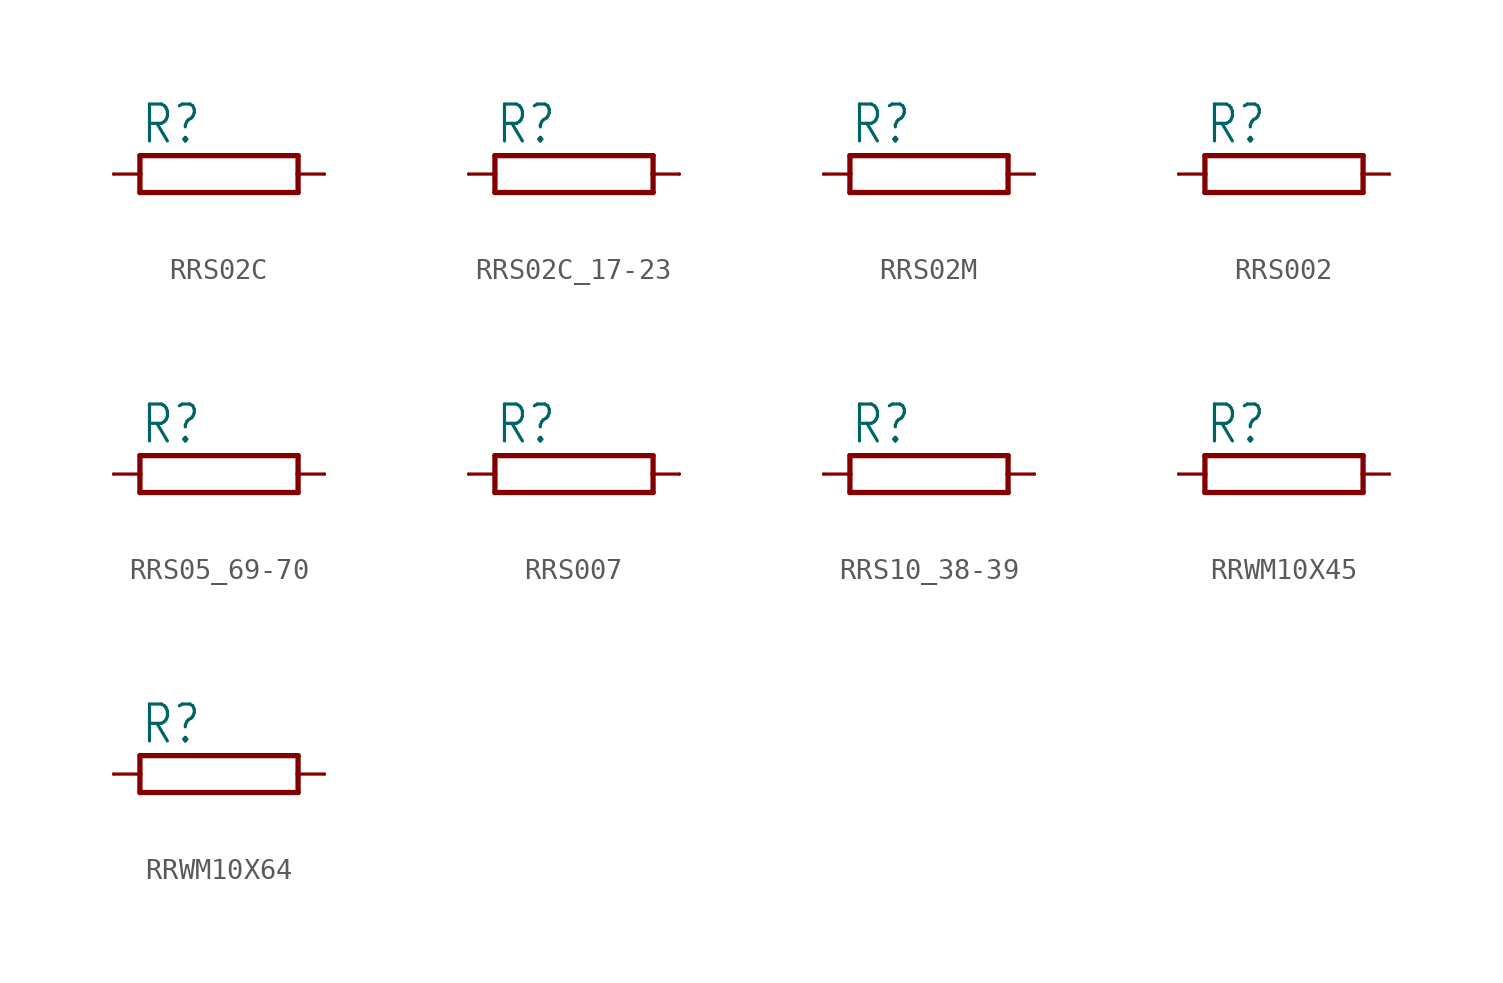
<source format=kicad_sym>
(kicad_symbol_lib
  (version 20220914)
  (generator kicad_symbol_editor)
  (symbol "RRS02C"
    (property "Reference" "R"
      (at -3.81 1.372 0)
      (effects (font (size 1.778 1.511)) (justify left bottom)))
    (property "Value" ""
      (at -3.81 -2.921 0)
      (effects (font (size 1.778 1.511)) (justify left bottom)))
    (property "ki_locked" ""
      (at 0 0 0)
      (effects (font (size 1.27 1.27))))
    (symbol "RRS02C_1_0"
      (polyline (pts (xy -5.08 0) (xy -3.81 0)) (stroke (width 0.152) (type solid)) (fill (type none)))
      (polyline (pts (xy -3.81 -0.889) (xy -3.81 0)) (stroke (width 0.254) (type solid)) (fill (type none)))
      (polyline (pts (xy -3.81 -0.889) (xy 3.81 -0.889)) (stroke (width 0.254) (type solid)) (fill (type none)))
      (polyline (pts (xy -3.81 0) (xy -3.81 0.889)) (stroke (width 0.254) (type solid)) (fill (type none)))
      (polyline (pts (xy 3.81 -0.889) (xy 3.81 0)) (stroke (width 0.254) (type solid)) (fill (type none)))
      (polyline (pts (xy 3.81 0) (xy 3.81 0.889)) (stroke (width 0.254) (type solid)) (fill (type none)))
      (polyline (pts (xy 3.81 0) (xy 5.08 0)) (stroke (width 0.152) (type solid)) (fill (type none)))
      (polyline (pts (xy 3.81 0.889) (xy -3.81 0.889)) (stroke (width 0.254) (type solid)) (fill (type none)))
      (pin passive line (at -5.08 0 0) (length 0) (name "1" (effects (font (size 0 0)))) (number "1" (effects (font (size 0 0)))))
      (pin passive line (at 5.08 0 180) (length 0) (name "2" (effects (font (size 0 0)))) (number "2" (effects (font (size 0 0)))))))
  (symbol "RRS02C_17-23"
    (property "Reference" "R"
      (at -3.81 1.372 0)
      (effects (font (size 1.778 1.511)) (justify left bottom)))
    (property "Value" ""
      (at -3.81 -2.921 0)
      (effects (font (size 1.778 1.511)) (justify left bottom)))
    (property "ki_locked" ""
      (at 0 0 0)
      (effects (font (size 1.27 1.27))))
    (symbol "RRS02C_17-23_1_0"
      (polyline (pts (xy -5.08 0) (xy -3.81 0)) (stroke (width 0.152) (type solid)) (fill (type none)))
      (polyline (pts (xy -3.81 -0.889) (xy -3.81 0)) (stroke (width 0.254) (type solid)) (fill (type none)))
      (polyline (pts (xy -3.81 -0.889) (xy 3.81 -0.889)) (stroke (width 0.254) (type solid)) (fill (type none)))
      (polyline (pts (xy -3.81 0) (xy -3.81 0.889)) (stroke (width 0.254) (type solid)) (fill (type none)))
      (polyline (pts (xy 3.81 -0.889) (xy 3.81 0)) (stroke (width 0.254) (type solid)) (fill (type none)))
      (polyline (pts (xy 3.81 0) (xy 3.81 0.889)) (stroke (width 0.254) (type solid)) (fill (type none)))
      (polyline (pts (xy 3.81 0) (xy 5.08 0)) (stroke (width 0.152) (type solid)) (fill (type none)))
      (polyline (pts (xy 3.81 0.889) (xy -3.81 0.889)) (stroke (width 0.254) (type solid)) (fill (type none)))
      (pin passive line (at -5.08 0 0) (length 0) (name "1" (effects (font (size 0 0)))) (number "1" (effects (font (size 0 0)))))
      (pin passive line (at 5.08 0 180) (length 0) (name "2" (effects (font (size 0 0)))) (number "2" (effects (font (size 0 0)))))))
  (symbol "RRS02M"
    (property "Reference" "R"
      (at -3.81 1.372 0)
      (effects (font (size 1.778 1.511)) (justify left bottom)))
    (property "Value" ""
      (at -3.81 -2.921 0)
      (effects (font (size 1.778 1.511)) (justify left bottom)))
    (property "ki_locked" ""
      (at 0 0 0)
      (effects (font (size 1.27 1.27))))
    (symbol "RRS02M_1_0"
      (polyline (pts (xy -5.08 0) (xy -3.81 0)) (stroke (width 0.152) (type solid)) (fill (type none)))
      (polyline (pts (xy -3.81 -0.889) (xy -3.81 0)) (stroke (width 0.254) (type solid)) (fill (type none)))
      (polyline (pts (xy -3.81 -0.889) (xy 3.81 -0.889)) (stroke (width 0.254) (type solid)) (fill (type none)))
      (polyline (pts (xy -3.81 0) (xy -3.81 0.889)) (stroke (width 0.254) (type solid)) (fill (type none)))
      (polyline (pts (xy 3.81 -0.889) (xy 3.81 0)) (stroke (width 0.254) (type solid)) (fill (type none)))
      (polyline (pts (xy 3.81 0) (xy 3.81 0.889)) (stroke (width 0.254) (type solid)) (fill (type none)))
      (polyline (pts (xy 3.81 0) (xy 5.08 0)) (stroke (width 0.152) (type solid)) (fill (type none)))
      (polyline (pts (xy 3.81 0.889) (xy -3.81 0.889)) (stroke (width 0.254) (type solid)) (fill (type none)))
      (pin passive line (at -5.08 0 0) (length 0) (name "1" (effects (font (size 0 0)))) (number "1" (effects (font (size 0 0)))))
      (pin passive line (at 5.08 0 180) (length 0) (name "2" (effects (font (size 0 0)))) (number "2" (effects (font (size 0 0)))))))
  (symbol "RRS002"
    (property "Reference" "R"
      (at -3.81 1.372 0)
      (effects (font (size 1.778 1.511)) (justify left bottom)))
    (property "Value" ""
      (at -3.81 -2.921 0)
      (effects (font (size 1.778 1.511)) (justify left bottom)))
    (property "ki_locked" ""
      (at 0 0 0)
      (effects (font (size 1.27 1.27))))
    (symbol "RRS002_1_0"
      (polyline (pts (xy -5.08 0) (xy -3.81 0)) (stroke (width 0.152) (type solid)) (fill (type none)))
      (polyline (pts (xy -3.81 -0.889) (xy -3.81 0)) (stroke (width 0.254) (type solid)) (fill (type none)))
      (polyline (pts (xy -3.81 -0.889) (xy 3.81 -0.889)) (stroke (width 0.254) (type solid)) (fill (type none)))
      (polyline (pts (xy -3.81 0) (xy -3.81 0.889)) (stroke (width 0.254) (type solid)) (fill (type none)))
      (polyline (pts (xy 3.81 -0.889) (xy 3.81 0)) (stroke (width 0.254) (type solid)) (fill (type none)))
      (polyline (pts (xy 3.81 0) (xy 3.81 0.889)) (stroke (width 0.254) (type solid)) (fill (type none)))
      (polyline (pts (xy 3.81 0) (xy 5.08 0)) (stroke (width 0.152) (type solid)) (fill (type none)))
      (polyline (pts (xy 3.81 0.889) (xy -3.81 0.889)) (stroke (width 0.254) (type solid)) (fill (type none)))
      (pin passive line (at -5.08 0 0) (length 0) (name "1" (effects (font (size 0 0)))) (number "1" (effects (font (size 0 0)))))
      (pin passive line (at 5.08 0 180) (length 0) (name "2" (effects (font (size 0 0)))) (number "2" (effects (font (size 0 0)))))))
  (symbol "RRS05_69-70"
    (property "Reference" "R"
      (at -3.81 1.372 0)
      (effects (font (size 1.778 1.511)) (justify left bottom)))
    (property "Value" ""
      (at -3.81 -2.921 0)
      (effects (font (size 1.778 1.511)) (justify left bottom)))
    (property "ki_locked" ""
      (at 0 0 0)
      (effects (font (size 1.27 1.27))))
    (symbol "RRS05_69-70_1_0"
      (polyline (pts (xy -5.08 0) (xy -3.81 0)) (stroke (width 0.152) (type solid)) (fill (type none)))
      (polyline (pts (xy -3.81 -0.889) (xy -3.81 0)) (stroke (width 0.254) (type solid)) (fill (type none)))
      (polyline (pts (xy -3.81 -0.889) (xy 3.81 -0.889)) (stroke (width 0.254) (type solid)) (fill (type none)))
      (polyline (pts (xy -3.81 0) (xy -3.81 0.889)) (stroke (width 0.254) (type solid)) (fill (type none)))
      (polyline (pts (xy 3.81 -0.889) (xy 3.81 0)) (stroke (width 0.254) (type solid)) (fill (type none)))
      (polyline (pts (xy 3.81 0) (xy 3.81 0.889)) (stroke (width 0.254) (type solid)) (fill (type none)))
      (polyline (pts (xy 3.81 0) (xy 5.08 0)) (stroke (width 0.152) (type solid)) (fill (type none)))
      (polyline (pts (xy 3.81 0.889) (xy -3.81 0.889)) (stroke (width 0.254) (type solid)) (fill (type none)))
      (pin passive line (at -5.08 0 0) (length 0) (name "1" (effects (font (size 0 0)))) (number "1" (effects (font (size 0 0)))))
      (pin passive line (at 5.08 0 180) (length 0) (name "2" (effects (font (size 0 0)))) (number "2" (effects (font (size 0 0)))))))
  (symbol "RRS007"
    (property "Reference" "R"
      (at -3.81 1.372 0)
      (effects (font (size 1.778 1.511)) (justify left bottom)))
    (property "Value" ""
      (at -3.81 -2.921 0)
      (effects (font (size 1.778 1.511)) (justify left bottom)))
    (property "ki_locked" ""
      (at 0 0 0)
      (effects (font (size 1.27 1.27))))
    (symbol "RRS007_1_0"
      (polyline (pts (xy -5.08 0) (xy -3.81 0)) (stroke (width 0.152) (type solid)) (fill (type none)))
      (polyline (pts (xy -3.81 -0.889) (xy -3.81 0)) (stroke (width 0.254) (type solid)) (fill (type none)))
      (polyline (pts (xy -3.81 -0.889) (xy 3.81 -0.889)) (stroke (width 0.254) (type solid)) (fill (type none)))
      (polyline (pts (xy -3.81 0) (xy -3.81 0.889)) (stroke (width 0.254) (type solid)) (fill (type none)))
      (polyline (pts (xy 3.81 -0.889) (xy 3.81 0)) (stroke (width 0.254) (type solid)) (fill (type none)))
      (polyline (pts (xy 3.81 0) (xy 3.81 0.889)) (stroke (width 0.254) (type solid)) (fill (type none)))
      (polyline (pts (xy 3.81 0) (xy 5.08 0)) (stroke (width 0.152) (type solid)) (fill (type none)))
      (polyline (pts (xy 3.81 0.889) (xy -3.81 0.889)) (stroke (width 0.254) (type solid)) (fill (type none)))
      (pin passive line (at -5.08 0 0) (length 0) (name "1" (effects (font (size 0 0)))) (number "1" (effects (font (size 0 0)))))
      (pin passive line (at 5.08 0 180) (length 0) (name "2" (effects (font (size 0 0)))) (number "2" (effects (font (size 0 0)))))))
  (symbol "RRS10_38-39"
    (property "Reference" "R"
      (at -3.81 1.372 0)
      (effects (font (size 1.778 1.511)) (justify left bottom)))
    (property "Value" ""
      (at -3.81 -2.921 0)
      (effects (font (size 1.778 1.511)) (justify left bottom)))
    (property "ki_locked" ""
      (at 0 0 0)
      (effects (font (size 1.27 1.27))))
    (symbol "RRS10_38-39_1_0"
      (polyline (pts (xy -5.08 0) (xy -3.81 0)) (stroke (width 0.152) (type solid)) (fill (type none)))
      (polyline (pts (xy -3.81 -0.889) (xy -3.81 0)) (stroke (width 0.254) (type solid)) (fill (type none)))
      (polyline (pts (xy -3.81 -0.889) (xy 3.81 -0.889)) (stroke (width 0.254) (type solid)) (fill (type none)))
      (polyline (pts (xy -3.81 0) (xy -3.81 0.889)) (stroke (width 0.254) (type solid)) (fill (type none)))
      (polyline (pts (xy 3.81 -0.889) (xy 3.81 0)) (stroke (width 0.254) (type solid)) (fill (type none)))
      (polyline (pts (xy 3.81 0) (xy 3.81 0.889)) (stroke (width 0.254) (type solid)) (fill (type none)))
      (polyline (pts (xy 3.81 0) (xy 5.08 0)) (stroke (width 0.152) (type solid)) (fill (type none)))
      (polyline (pts (xy 3.81 0.889) (xy -3.81 0.889)) (stroke (width 0.254) (type solid)) (fill (type none)))
      (pin passive line (at -5.08 0 0) (length 0) (name "1" (effects (font (size 0 0)))) (number "1" (effects (font (size 0 0)))))
      (pin passive line (at 5.08 0 180) (length 0) (name "2" (effects (font (size 0 0)))) (number "2" (effects (font (size 0 0)))))))
  (symbol "RRWM10X45"
    (property "Reference" "R"
      (at -3.81 1.372 0)
      (effects (font (size 1.778 1.511)) (justify left bottom)))
    (property "Value" ""
      (at -3.81 -2.921 0)
      (effects (font (size 1.778 1.511)) (justify left bottom)))
    (property "ki_locked" ""
      (at 0 0 0)
      (effects (font (size 1.27 1.27))))
    (symbol "RRWM10X45_1_0"
      (polyline (pts (xy -5.08 0) (xy -3.81 0)) (stroke (width 0.152) (type solid)) (fill (type none)))
      (polyline (pts (xy -3.81 -0.889) (xy -3.81 0)) (stroke (width 0.254) (type solid)) (fill (type none)))
      (polyline (pts (xy -3.81 -0.889) (xy 3.81 -0.889)) (stroke (width 0.254) (type solid)) (fill (type none)))
      (polyline (pts (xy -3.81 0) (xy -3.81 0.889)) (stroke (width 0.254) (type solid)) (fill (type none)))
      (polyline (pts (xy 3.81 -0.889) (xy 3.81 0)) (stroke (width 0.254) (type solid)) (fill (type none)))
      (polyline (pts (xy 3.81 0) (xy 3.81 0.889)) (stroke (width 0.254) (type solid)) (fill (type none)))
      (polyline (pts (xy 3.81 0) (xy 5.08 0)) (stroke (width 0.152) (type solid)) (fill (type none)))
      (polyline (pts (xy 3.81 0.889) (xy -3.81 0.889)) (stroke (width 0.254) (type solid)) (fill (type none)))
      (pin passive line (at -5.08 0 0) (length 0) (name "1" (effects (font (size 0 0)))) (number "1" (effects (font (size 0 0)))))
      (pin passive line (at 5.08 0 180) (length 0) (name "2" (effects (font (size 0 0)))) (number "2" (effects (font (size 0 0)))))))
  (symbol "RRWM10X64"
    (property "Reference" "R"
      (at -3.81 1.372 0)
      (effects (font (size 1.778 1.511)) (justify left bottom)))
    (property "Value" ""
      (at -3.81 -2.921 0)
      (effects (font (size 1.778 1.511)) (justify left bottom)))
    (property "ki_locked" ""
      (at 0 0 0)
      (effects (font (size 1.27 1.27))))
    (symbol "RRWM10X64_1_0"
      (polyline (pts (xy -5.08 0) (xy -3.81 0)) (stroke (width 0.152) (type solid)) (fill (type none)))
      (polyline (pts (xy -3.81 -0.889) (xy -3.81 0)) (stroke (width 0.254) (type solid)) (fill (type none)))
      (polyline (pts (xy -3.81 -0.889) (xy 3.81 -0.889)) (stroke (width 0.254) (type solid)) (fill (type none)))
      (polyline (pts (xy -3.81 0) (xy -3.81 0.889)) (stroke (width 0.254) (type solid)) (fill (type none)))
      (polyline (pts (xy 3.81 -0.889) (xy 3.81 0)) (stroke (width 0.254) (type solid)) (fill (type none)))
      (polyline (pts (xy 3.81 0) (xy 3.81 0.889)) (stroke (width 0.254) (type solid)) (fill (type none)))
      (polyline (pts (xy 3.81 0) (xy 5.08 0)) (stroke (width 0.152) (type solid)) (fill (type none)))
      (polyline (pts (xy 3.81 0.889) (xy -3.81 0.889)) (stroke (width 0.254) (type solid)) (fill (type none)))
      (pin passive line (at -5.08 0 0) (length 0) (name "1" (effects (font (size 0 0)))) (number "1" (effects (font (size 0 0)))))
      (pin passive line (at 5.08 0 180) (length 0) (name "2" (effects (font (size 0 0)))) (number "2" (effects (font (size 0 0))))))))
</source>
